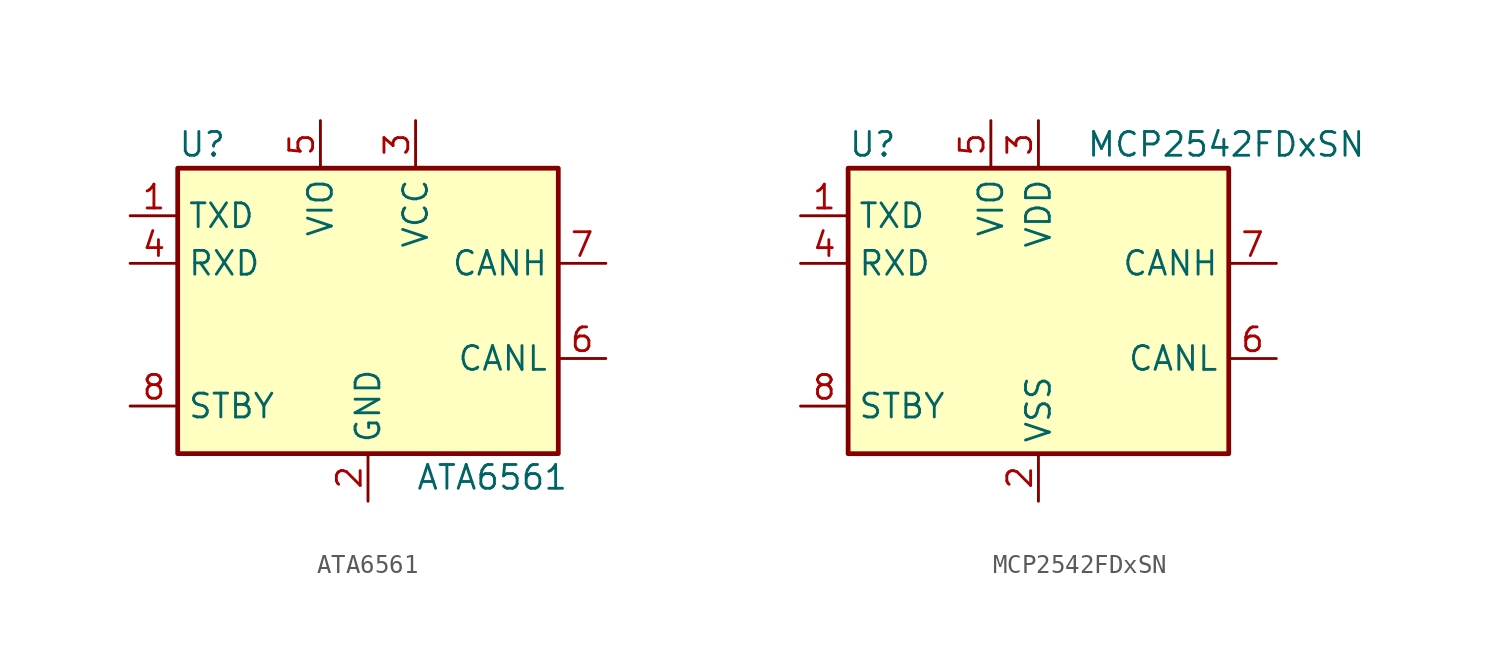
<source format=kicad_sym>
(kicad_symbol_lib
  (version 20220914)
  (generator kicad_symbol_editor)
  (symbol "ATA6561"
    (property "Reference" "U"
      (at -10.16 8.89 0)
      (effects (font (size 1.27 1.27)) (justify left)))
    (property "Value" "ATA6561"
      (at 2.54 -8.89 0)
      (effects (font (size 1.27 1.27)) (justify left)))
    (symbol "ATA6561_0_1"
      (rectangle (start -10.16 7.62) (end 10.16 -7.62) (stroke (width 0.254) (type solid)) (fill (type background))))
    (symbol "ATA6561_1_1"
      (pin input line (at -12.7 5.08 0) (length 2.54) (name "TXD" (effects (font (size 1.27 1.27)))) (number "1" (effects (font (size 1.27 1.27)))))
      (pin power_in line (at 0 -10.16 90) (length 2.54) (name "GND" (effects (font (size 1.27 1.27)))) (number "2" (effects (font (size 1.27 1.27)))))
      (pin power_in line (at 2.54 10.16 270) (length 2.54) (name "VCC" (effects (font (size 1.27 1.27)))) (number "3" (effects (font (size 1.27 1.27)))))
      (pin output line (at -12.7 2.54 0) (length 2.54) (name "RXD" (effects (font (size 1.27 1.27)))) (number "4" (effects (font (size 1.27 1.27)))))
      (pin power_in line (at -2.54 10.16 270) (length 2.54) (name "VIO" (effects (font (size 1.27 1.27)))) (number "5" (effects (font (size 1.27 1.27)))))
      (pin bidirectional line (at 12.7 -2.54 180) (length 2.54) (name "CANL" (effects (font (size 1.27 1.27)))) (number "6" (effects (font (size 1.27 1.27)))))
      (pin bidirectional line (at 12.7 2.54 180) (length 2.54) (name "CANH" (effects (font (size 1.27 1.27)))) (number "7" (effects (font (size 1.27 1.27)))))
      (pin input line (at -12.7 -5.08 0) (length 2.54) (name "STBY" (effects (font (size 1.27 1.27)))) (number "8" (effects (font (size 1.27 1.27)))))))
  (symbol "MCP2542FDxSN"
    (property "Reference" "U"
      (at -10.16 8.89 0)
      (effects (font (size 1.27 1.27)) (justify left)))
    (property "Value" "MCP2542FDxSN"
      (at 2.54 8.89 0)
      (effects (font (size 1.27 1.27)) (justify left)))
    (symbol "MCP2542FDxSN_0_1"
      (rectangle (start -10.16 7.62) (end 10.16 -7.62) (stroke (width 0.254) (type solid)) (fill (type background))))
    (symbol "MCP2542FDxSN_1_1"
      (pin input line (at -12.7 5.08 0) (length 2.54) (name "TXD" (effects (font (size 1.27 1.27)))) (number "1" (effects (font (size 1.27 1.27)))))
      (pin power_in line (at 0 -10.16 90) (length 2.54) (name "VSS" (effects (font (size 1.27 1.27)))) (number "2" (effects (font (size 1.27 1.27)))))
      (pin power_in line (at 0 10.16 270) (length 2.54) (name "VDD" (effects (font (size 1.27 1.27)))) (number "3" (effects (font (size 1.27 1.27)))))
      (pin output line (at -12.7 2.54 0) (length 2.54) (name "RXD" (effects (font (size 1.27 1.27)))) (number "4" (effects (font (size 1.27 1.27)))))
      (pin power_in line (at -2.54 10.16 270) (length 2.54) (name "VIO" (effects (font (size 1.27 1.27)))) (number "5" (effects (font (size 1.27 1.27)))))
      (pin bidirectional line (at 12.7 -2.54 180) (length 2.54) (name "CANL" (effects (font (size 1.27 1.27)))) (number "6" (effects (font (size 1.27 1.27)))))
      (pin bidirectional line (at 12.7 2.54 180) (length 2.54) (name "CANH" (effects (font (size 1.27 1.27)))) (number "7" (effects (font (size 1.27 1.27)))))
      (pin input line (at -12.7 -5.08 0) (length 2.54) (name "STBY" (effects (font (size 1.27 1.27)))) (number "8" (effects (font (size 1.27 1.27))))))))
</source>
